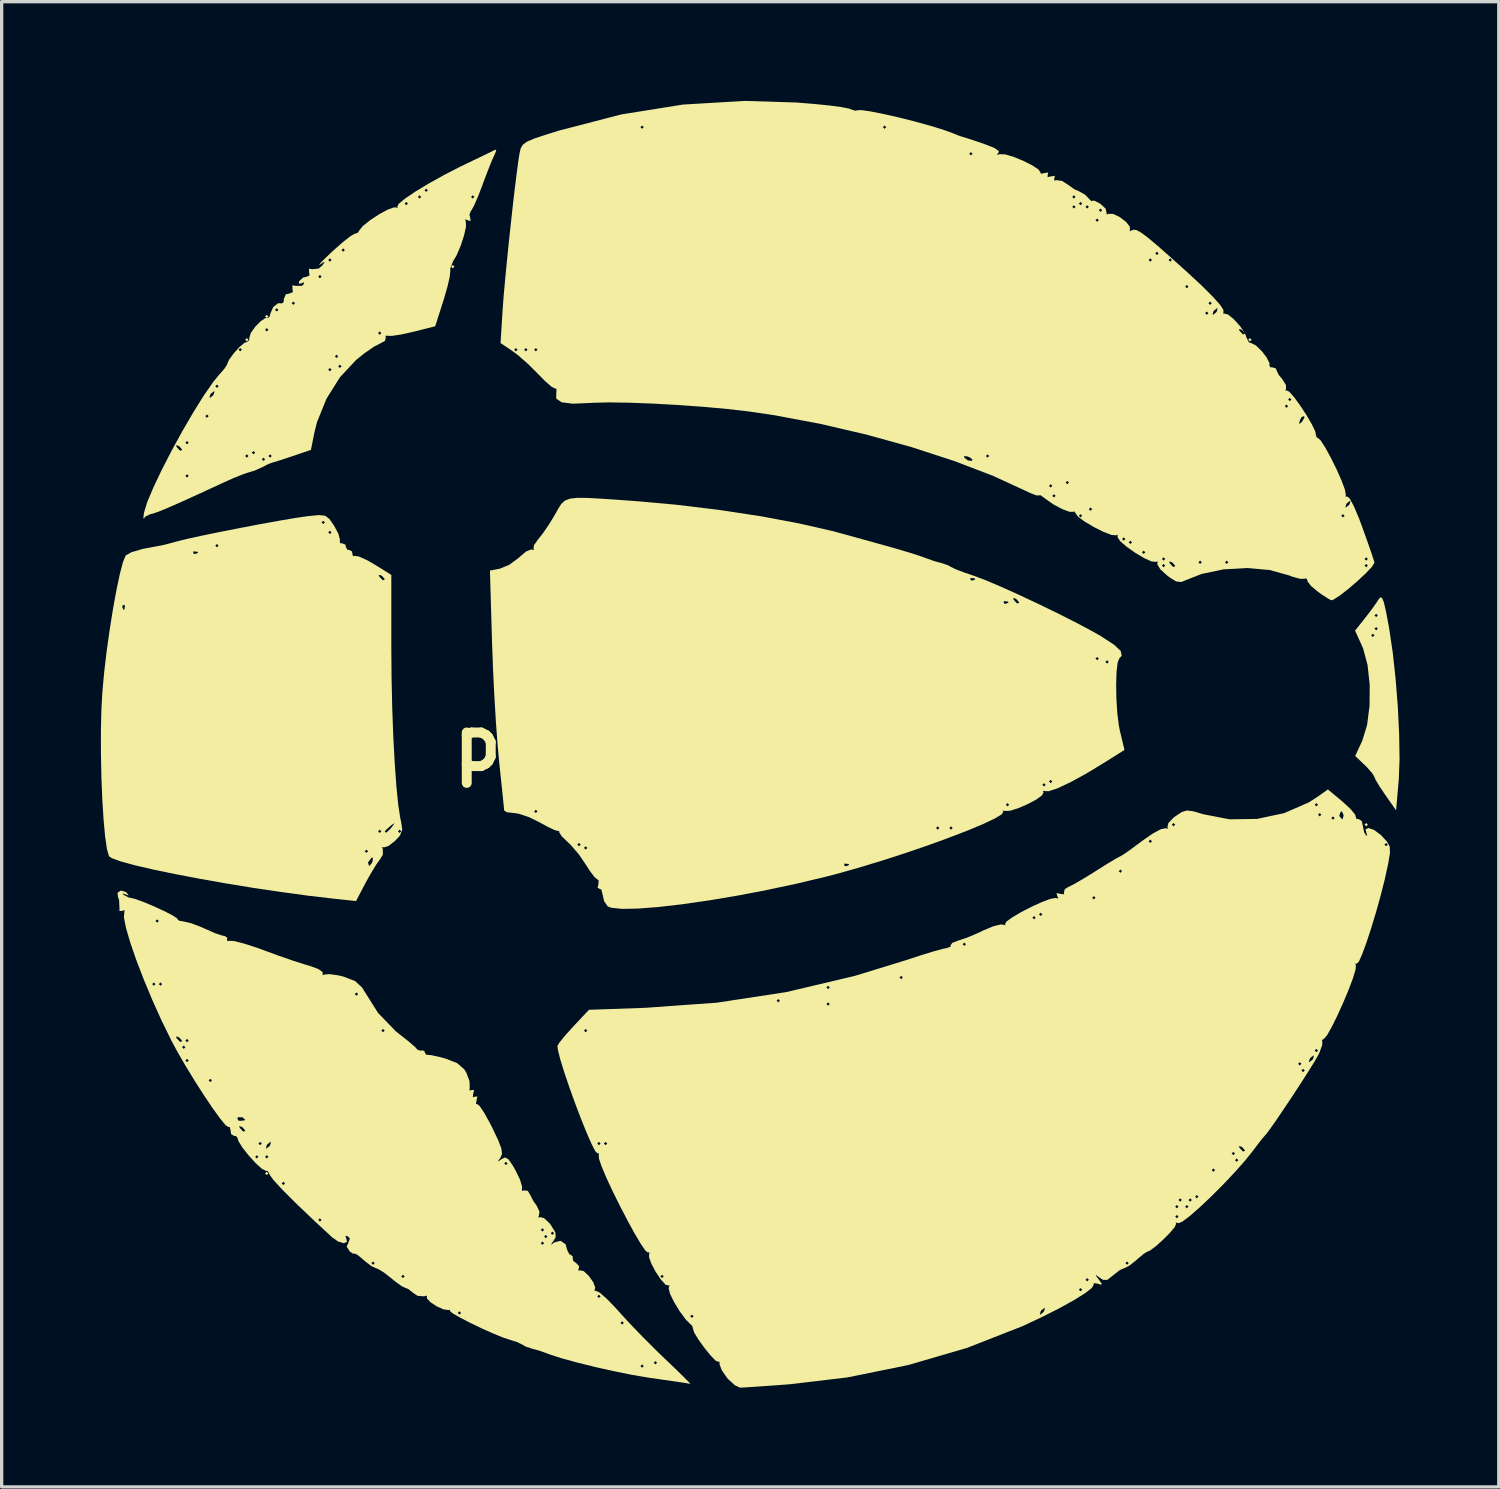
<source format=kicad_pcb>
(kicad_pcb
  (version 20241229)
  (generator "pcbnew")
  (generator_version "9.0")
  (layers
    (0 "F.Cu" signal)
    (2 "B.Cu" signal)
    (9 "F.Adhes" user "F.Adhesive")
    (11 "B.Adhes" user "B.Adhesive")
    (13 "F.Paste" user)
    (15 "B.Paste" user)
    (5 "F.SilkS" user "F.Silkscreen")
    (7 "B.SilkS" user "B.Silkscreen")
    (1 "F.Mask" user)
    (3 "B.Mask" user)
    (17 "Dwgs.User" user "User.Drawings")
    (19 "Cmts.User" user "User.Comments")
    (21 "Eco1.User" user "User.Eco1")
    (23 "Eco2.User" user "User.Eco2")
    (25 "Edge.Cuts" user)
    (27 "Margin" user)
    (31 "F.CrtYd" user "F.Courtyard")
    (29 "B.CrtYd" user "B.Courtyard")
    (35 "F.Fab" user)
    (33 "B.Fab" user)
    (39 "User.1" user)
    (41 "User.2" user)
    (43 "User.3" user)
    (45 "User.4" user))
  (footprint "pwx circle logo"
    (layer "F.Cu")
    (at 19.621 19.417)
    (property "Reference" "pwx circle logo" (at 0 0 0) (layer "F.SilkS") (effects (font (size 1.524 1.524) (thickness 0.3))))
    (attr board_only exclude_from_pos_files exclude_from_bom)
    (fp_poly (pts (xy -15.16 -12.198) (xy -15.21 -12.148) (xy -15.26 -12.198) (xy -15.21 -12.248)) (stroke (width 0) (type solid)) (fill yes) (layer "F.SilkS"))
    (fp_poly (pts (xy -14.557 -12.901) (xy -14.608 -12.851) (xy -14.658 -12.901) (xy -14.608 -12.951)) (stroke (width 0) (type solid)) (fill yes) (layer "F.SilkS"))
    (fp_poly (pts (xy -14.557 13.001) (xy -14.608 13.051) (xy -14.658 13.001) (xy -14.608 12.951)) (stroke (width 0) (type solid)) (fill yes) (layer "F.SilkS"))
    (fp_poly (pts (xy -8.935 -14.407) (xy -8.985 -14.357) (xy -9.036 -14.407) (xy -8.985 -14.457)) (stroke (width 0) (type solid)) (fill yes) (layer "F.SilkS"))
    (fp_poly (pts (xy 15.16 -12.198) (xy 15.109 -12.148) (xy 15.059 -12.198) (xy 15.109 -12.248)) (stroke (width 0) (type solid)) (fill yes) (layer "F.SilkS"))
    (fp_poly (pts (xy 18.674 2.46) (xy 18.623 2.51) (xy 18.573 2.46) (xy 18.623 2.409)) (stroke (width 0) (type solid)) (fill yes) (layer "F.SilkS"))
    (fp_poly (pts (xy 19.1 -4.399) (xy 19.157 -4.266) (xy 19.222 -3.985) (xy 19.307 -3.532) (xy 19.319 -3.463) (xy 19.426 -2.744) (xy 19.514 -1.935) (xy 19.58 -1.093) (xy 19.62 -0.274) (xy 19.632 0.468) (xy 19.61 1.074) (xy 19.605 1.138) (xy 19.527 2.026) (xy 19.201 1.562) (xy 19.022 1.295) (xy 18.903 1.094) (xy 18.874 1.02) (xy 18.808 0.907) (xy 18.643 0.721) (xy 18.583 0.662) (xy 18.292 0.383) (xy 18.508 -0.085) (xy 18.651 -0.553) (xy 18.725 -1.137) (xy 18.73 -1.765) (xy 18.665 -2.365) (xy 18.531 -2.864) (xy 18.502 -2.932) (xy 18.352 -3.263) (xy 18.774 -3.263) (xy 18.824 -3.213) (xy 18.874 -3.263) (xy 18.824 -3.313) (xy 18.774 -3.263) (xy 18.352 -3.263) (xy 18.287 -3.405) (xy 18.334 -3.464) (xy 18.874 -3.464) (xy 18.925 -3.413) (xy 18.975 -3.464) (xy 18.925 -3.514) (xy 18.874 -3.464) (xy 18.334 -3.464) (xy 18.59 -3.786) (xy 18.651 -3.865) (xy 18.874 -3.865) (xy 18.925 -3.815) (xy 18.975 -3.865) (xy 18.925 -3.915) (xy 18.874 -3.865) (xy 18.651 -3.865) (xy 18.788 -4.043) (xy 18.938 -4.255) (xy 18.976 -4.316) (xy 19.043 -4.408)) (stroke (width 0) (type solid)) (fill yes) (layer "F.SilkS"))
    (fp_poly (pts (xy -12.845 -6.879) (xy -12.716 -6.783) (xy -12.579 -6.586) (xy -12.571 -6.574) (xy -12.442 -6.331) (xy -12.395 -6.153) (xy -12.403 -6.118) (xy -12.386 -6.045) (xy -12.331 -6.046) (xy -12.226 -6.002) (xy -12.223 -5.948) (xy -12.173 -5.849) (xy -12.123 -5.848) (xy -12.026 -5.797) (xy -12.025 -5.74) (xy -11.999 -5.654) (xy -11.958 -5.666) (xy -11.828 -5.648) (xy -11.59 -5.542) (xy -11.353 -5.407) (xy -10.843 -5.09) (xy -10.843 -2.866) (xy -10.835 -1.956) (xy -10.815 -1.054) (xy -10.783 -0.191) (xy -10.74 0.602) (xy -10.69 1.297) (xy -10.633 1.863) (xy -10.571 2.269) (xy -10.547 2.376) (xy -10.512 2.613) (xy -10.586 2.795) (xy -10.735 2.954) (xy -10.93 3.104) (xy -11.072 3.148) (xy -11.092 3.139) (xy -11.127 3.136) (xy -11.1 3.194) (xy -11.099 3.368) (xy -11.177 3.495) (xy -11.305 3.674) (xy -11.479 3.962) (xy -11.62 4.217) (xy -11.91 4.769) (xy -12.606 4.694) (xy -13.374 4.604) (xy -14.186 4.494) (xy -15.017 4.37) (xy -15.843 4.235) (xy -16.639 4.094) (xy -17.379 3.953) (xy -18.039 3.816) (xy -18.593 3.687) (xy -18.838 3.62) (xy -11.545 3.62) (xy -11.513 3.711) (xy -11.439 3.632) (xy -11.407 3.559) (xy -11.4 3.455) (xy -11.446 3.464) (xy -11.542 3.593) (xy -11.545 3.62) (xy -18.838 3.62) (xy -19.019 3.571) (xy -19.289 3.473) (xy -19.377 3.413) (xy -19.42 3.263) (xy -11.646 3.263) (xy -11.596 3.313) (xy -11.545 3.263) (xy -11.596 3.213) (xy -11.646 3.263) (xy -19.42 3.263) (xy -19.439 3.197) (xy -19.494 2.816) (xy -19.508 2.66) (xy -11.244 2.66) (xy -11.194 2.711) (xy -11.156 2.673) (xy -11.043 2.673) (xy -10.995 2.703) (xy -10.951 2.66) (xy -10.642 2.66) (xy -10.592 2.711) (xy -10.542 2.66) (xy -10.592 2.61) (xy -10.642 2.66) (xy -10.951 2.66) (xy -10.861 2.574) (xy -10.83 2.535) (xy -10.743 2.416) (xy -10.795 2.441) (xy -10.868 2.497) (xy -11.007 2.621) (xy -11.043 2.673) (xy -11.156 2.673) (xy -11.144 2.66) (xy -11.194 2.61) (xy -11.244 2.66) (xy -19.508 2.66) (xy -19.541 2.304) (xy -19.579 1.695) (xy -19.606 1.025) (xy -19.62 0.329) (xy -19.621 -0.358) (xy -19.607 -1.002) (xy -19.577 -1.546) (xy -19.523 -2.142) (xy -19.447 -2.785) (xy -19.355 -3.439) (xy -19.254 -4.07) (xy -19.246 -4.116) (xy -18.975 -4.116) (xy -18.938 -4.034) (xy -18.908 -4.049) (xy -18.896 -4.168) (xy -18.908 -4.183) (xy -18.967 -4.169) (xy -18.975 -4.116) (xy -19.246 -4.116) (xy -19.149 -4.644) (xy -19.054 -5.091) (xy -11.228 -5.091) (xy -11.204 -5.035) (xy -11.103 -4.927) (xy -11.044 -4.95) (xy -11.043 -4.964) (xy -11.115 -5.049) (xy -11.159 -5.08) (xy -11.228 -5.091) (xy -19.054 -5.091) (xy -19.047 -5.126) (xy -18.953 -5.48) (xy -18.874 -5.672) (xy -18.868 -5.68) (xy -18.694 -5.778) (xy -18.654 -5.789) (xy -16.833 -5.789) (xy -16.819 -5.73) (xy -16.766 -5.723) (xy -16.683 -5.759) (xy -16.699 -5.789) (xy -16.818 -5.801) (xy -16.833 -5.789) (xy -18.654 -5.789) (xy -18.352 -5.876) (xy -17.87 -5.967) (xy -17.826 -5.974) (xy -16.164 -5.974) (xy -16.113 -5.923) (xy -16.063 -5.974) (xy -16.113 -6.024) (xy -16.164 -5.974) (xy -17.826 -5.974) (xy -17.82 -5.974) (xy -17.666 -6.01) (xy -17.406 -6.079) (xy -17.318 -6.103) (xy -17.017 -6.178) (xy -16.566 -6.277) (xy -16.088 -6.375) (xy -12.75 -6.375) (xy -12.7 -6.325) (xy -12.65 -6.375) (xy -12.7 -6.425) (xy -12.75 -6.375) (xy -16.088 -6.375) (xy -16.013 -6.39) (xy -15.405 -6.51) (xy -14.79 -6.627) (xy -14.516 -6.676) (xy -12.951 -6.676) (xy -12.901 -6.626) (xy -12.851 -6.676) (xy -12.901 -6.726) (xy -12.951 -6.676) (xy -14.516 -6.676) (xy -14.216 -6.731) (xy -13.73 -6.813) (xy -13.381 -6.864) (xy -13.353 -6.867) (xy -13.034 -6.898)) (stroke (width 0) (type solid)) (fill yes) (layer "F.SilkS"))
    (fp_poly (pts (xy -4.917 -7.417) (xy -4.469 -7.392) (xy -3.863 -7.35) (xy -3.514 -7.325) (xy -2.25 -7.213) (xy -0.97 -7.059) (xy 0.279 -6.87) (xy 1.444 -6.654) (xy 2.477 -6.419) (xy 2.811 -6.33) (xy 3.066 -6.259) (xy 3.448 -6.153) (xy 3.891 -6.03) (xy 4.084 -5.977) (xy 4.522 -5.852) (xy 4.917 -5.733) (xy 5.207 -5.637) (xy 5.288 -5.607) (xy 5.561 -5.509) (xy 5.765 -5.454) (xy 5.984 -5.382) (xy 6.066 -5.334) (xy 6.217 -5.26) (xy 6.491 -5.156) (xy 6.726 -5.077) (xy 7.07 -4.95) (xy 7.546 -4.749) (xy 8.112 -4.495) (xy 8.724 -4.208) (xy 9.337 -3.91) (xy 9.908 -3.62) (xy 10.394 -3.36) (xy 10.615 -3.233) (xy 11 -2.982) (xy 11.204 -2.789) (xy 11.234 -2.645) (xy 11.165 -2.573) (xy 11.111 -2.442) (xy 11.078 -2.161) (xy 11.066 -1.781) (xy 11.073 -1.351) (xy 11.1 -0.922) (xy 11.146 -0.544) (xy 11.179 -0.377) (xy 11.318 0.2) (xy 10.704 0.587) (xy 10.156 0.919) (xy 9.676 1.181) (xy 9.29 1.362) (xy 9.024 1.449) (xy 8.916 1.444) (xy 8.851 1.436) (xy 8.871 1.483) (xy 8.825 1.575) (xy 8.645 1.704) (xy 8.386 1.841) (xy 8.106 1.962) (xy 7.859 2.039) (xy 7.702 2.045) (xy 7.695 2.041) (xy 7.634 2.028) (xy 7.656 2.06) (xy 7.614 2.141) (xy 7.403 2.271) (xy 7.048 2.439) (xy 6.575 2.637) (xy 6.006 2.856) (xy 5.368 3.088) (xy 4.684 3.322) (xy 3.978 3.55) (xy 3.276 3.763) (xy 2.602 3.952) (xy 2.309 4.028) (xy 1.419 4.24) (xy 0.514 4.433) (xy -0.382 4.604) (xy -1.244 4.749) (xy -2.048 4.865) (xy -2.77 4.948) (xy -3.385 4.996) (xy -3.867 5.005) (xy -4.194 4.971) (xy -4.302 4.931) (xy -4.411 4.772) (xy -4.452 4.591) (xy -4.494 4.422) (xy -4.56 4.393) (xy -4.608 4.369) (xy -4.588 4.283) (xy -4.574 4.144) (xy -4.612 4.116) (xy -4.708 4.037) (xy -4.859 3.834) (xy -4.958 3.675) (xy -4.977 3.648) (xy 2.845 3.648) (xy 2.858 3.707) (xy 2.911 3.715) (xy 2.994 3.678) (xy 2.978 3.648) (xy 2.859 3.636) (xy 2.845 3.648) (xy -4.977 3.648) (xy -5.177 3.354) (xy -5.343 3.162) (xy -5.02 3.162) (xy -4.97 3.213) (xy -4.919 3.162) (xy -4.97 3.112) (xy -5.02 3.162) (xy -5.343 3.162) (xy -5.425 3.067) (xy -5.43 3.062) (xy -5.221 3.062) (xy -5.17 3.112) (xy -5.12 3.062) (xy -5.17 3.012) (xy -5.221 3.062) (xy -5.43 3.062) (xy -5.514 2.983) (xy -5.693 2.81) (xy -5.77 2.689) (xy -5.767 2.672) (xy -5.773 2.647) (xy -5.782 2.653) (xy -5.893 2.629) (xy -6.04 2.56) (xy 5.622 2.56) (xy 5.672 2.61) (xy 5.723 2.56) (xy 6.024 2.56) (xy 6.074 2.61) (xy 6.124 2.56) (xy 6.074 2.51) (xy 6.024 2.56) (xy 5.723 2.56) (xy 5.672 2.51) (xy 5.622 2.56) (xy -6.04 2.56) (xy -6.119 2.523) (xy -6.338 2.402) (xy -6.669 2.237) (xy -6.982 2.131) (xy -7.132 2.108) (xy -7.343 2.086) (xy -7.39 2.058) (xy -6.526 2.058) (xy -6.475 2.108) (xy -6.425 2.058) (xy -6.475 2.008) (xy -6.526 2.058) (xy -7.39 2.058) (xy -7.432 2.033) (xy -7.443 1.911) (xy -7.449 1.857) (xy 7.73 1.857) (xy 7.781 1.908) (xy 7.831 1.857) (xy 7.781 1.807) (xy 7.73 1.857) (xy -7.449 1.857) (xy -7.472 1.627) (xy -7.511 1.255) (xy 8.835 1.255) (xy 8.885 1.305) (xy 8.935 1.255) (xy 8.885 1.205) (xy 8.835 1.255) (xy -7.511 1.255) (xy -7.514 1.22) (xy -7.521 1.155) (xy 9.036 1.155) (xy 9.086 1.205) (xy 9.136 1.155) (xy 9.086 1.104) (xy 9.036 1.155) (xy -7.521 1.155) (xy -7.566 0.729) (xy -7.584 0.552) (xy -7.635 -0.001) (xy -7.685 -0.694) (xy -7.731 -1.47) (xy -7.77 -2.266) (xy -7.777 -2.46) (xy 10.742 -2.46) (xy 10.792 -2.409) (xy 10.843 -2.46) (xy 10.792 -2.51) (xy 10.742 -2.46) (xy -7.777 -2.46) (xy -7.78 -2.56) (xy 10.441 -2.56) (xy 10.491 -2.51) (xy 10.542 -2.56) (xy 10.491 -2.61) (xy 10.441 -2.56) (xy -7.78 -2.56) (xy -7.798 -3.025) (xy -7.798 -3.036) (xy -7.835 -4.284) (xy 7.664 -4.284) (xy 7.677 -4.224) (xy 7.73 -4.217) (xy 7.813 -4.253) (xy 7.797 -4.284) (xy 7.678 -4.296) (xy 7.664 -4.284) (xy -7.835 -4.284) (xy -7.838 -4.389) (xy 7.947 -4.389) (xy 7.972 -4.333) (xy 8.073 -4.225) (xy 8.131 -4.247) (xy 8.132 -4.261) (xy 8.061 -4.346) (xy 8.016 -4.377) (xy 7.947 -4.389) (xy -7.838 -4.389) (xy -7.855 -4.986) (xy 6.66 -4.986) (xy 6.673 -4.927) (xy 6.726 -4.919) (xy 6.809 -4.956) (xy 6.793 -4.986) (xy 6.674 -4.998) (xy 6.66 -4.986) (xy -7.855 -4.986) (xy -7.862 -5.219) (xy -7.554 -5.281) (xy -7.277 -5.396) (xy -7.003 -5.598) (xy -6.97 -5.629) (xy -6.771 -5.797) (xy -6.614 -5.86) (xy -6.586 -5.853) (xy -6.525 -5.84) (xy -6.545 -5.868) (xy -6.533 -5.986) (xy -6.409 -6.16) (xy -6.246 -6.367) (xy -6.042 -6.672) (xy -5.904 -6.902) (xy -5.797 -7.092) (xy -5.707 -7.234) (xy -5.602 -7.332) (xy -5.455 -7.392) (xy -5.236 -7.419)) (stroke (width 0) (type solid)) (fill yes) (layer "F.SilkS"))
    (fp_poly (pts (xy -7.671 -17.912) (xy -7.717 -17.806) (xy -7.799 -17.625) (xy -7.923 -17.315) (xy -8.066 -16.939) (xy -8.092 -16.866) (xy -8.229 -16.51) (xy -8.35 -16.236) (xy -8.432 -16.092) (xy -8.444 -16.082) (xy -8.481 -15.977) (xy -8.461 -15.89) (xy -8.447 -15.782) (xy -8.532 -15.811) (xy -8.618 -15.839) (xy -8.592 -15.775) (xy -8.585 -15.621) (xy -8.644 -15.354) (xy -8.746 -15.04) (xy -8.87 -14.749) (xy -8.978 -14.567) (xy -9.06 -14.357) (xy -9.061 -14.266) (xy -9.078 -14.098) (xy -9.147 -13.799) (xy -9.254 -13.428) (xy -9.277 -13.355) (xy -9.517 -12.605) (xy -10.199 -12.433) (xy -10.552 -12.355) (xy -10.83 -12.314) (xy -10.976 -12.319) (xy -10.978 -12.32) (xy -11.027 -12.314) (xy -11.007 -12.271) (xy -11.035 -12.163) (xy -11.168 -12.092) (xy -11.361 -11.992) (xy -11.639 -11.801) (xy -11.904 -11.591) (xy -12.395 -11.065) (xy -12.804 -10.413) (xy -13.09 -9.706) (xy -13.164 -9.412) (xy -13.273 -8.869) (xy -13.84 -8.676) (xy -14.15 -8.573) (xy -14.376 -8.502) (xy -14.457 -8.48) (xy -14.574 -8.434) (xy -14.725 -8.355) (xy -14.974 -8.243) (xy -15.127 -8.198) (xy -15.31 -8.138) (xy -15.607 -8.019) (xy -15.913 -7.882) (xy -16.633 -7.55) (xy -17.191 -7.296) (xy -17.602 -7.115) (xy -17.886 -6.999) (xy -18.06 -6.939) (xy -18.127 -6.927) (xy -18.283 -6.849) (xy -18.314 -6.802) (xy -18.339 -6.796) (xy -18.322 -6.949) (xy -18.317 -6.977) (xy -18.22 -7.293) (xy -18.033 -7.737) (xy -17.869 -8.082) (xy -17.067 -8.082) (xy -17.017 -8.032) (xy -16.967 -8.082) (xy -17.017 -8.132) (xy -17.067 -8.082) (xy -17.869 -8.082) (xy -17.779 -8.271) (xy -17.617 -8.584) (xy -14.758 -8.584) (xy -14.708 -8.534) (xy -14.658 -8.584) (xy -14.708 -8.634) (xy -14.758 -8.584) (xy -17.617 -8.584) (xy -17.566 -8.684) (xy -15.26 -8.684) (xy -15.21 -8.634) (xy -15.16 -8.684) (xy -14.557 -8.684) (xy -14.507 -8.634) (xy -14.457 -8.684) (xy -14.507 -8.734) (xy -14.557 -8.684) (xy -15.16 -8.684) (xy -15.21 -8.734) (xy -15.26 -8.684) (xy -17.566 -8.684) (xy -17.514 -8.785) (xy -15.059 -8.785) (xy -15.009 -8.734) (xy -14.959 -8.785) (xy -15.009 -8.835) (xy -15.059 -8.785) (xy -17.514 -8.785) (xy -17.477 -8.857) (xy -17.394 -9.007) (xy -17.352 -9.007) (xy -17.328 -8.951) (xy -17.227 -8.843) (xy -17.169 -8.865) (xy -17.168 -8.879) (xy -17.239 -8.964) (xy -17.283 -8.995) (xy -17.352 -9.007) (xy -17.394 -9.007) (xy -17.351 -9.086) (xy -17.067 -9.086) (xy -17.017 -9.036) (xy -16.967 -9.086) (xy -17.017 -9.136) (xy -17.067 -9.086) (xy -17.351 -9.086) (xy -17.149 -9.454) (xy -16.895 -9.889) (xy -16.465 -9.889) (xy -16.415 -9.839) (xy -16.364 -9.889) (xy -16.415 -9.939) (xy -16.465 -9.889) (xy -16.895 -9.889) (xy -16.816 -10.024) (xy -16.551 -10.448) (xy -16.34 -10.448) (xy -16.326 -10.441) (xy -16.234 -10.512) (xy -16.214 -10.542) (xy -16.188 -10.635) (xy -16.202 -10.642) (xy -16.294 -10.571) (xy -16.314 -10.542) (xy -16.34 -10.448) (xy -16.551 -10.448) (xy -16.499 -10.529) (xy -16.316 -10.792) (xy -16.164 -10.792) (xy -16.113 -10.742) (xy -16.063 -10.792) (xy -16.113 -10.843) (xy -16.164 -10.792) (xy -16.316 -10.792) (xy -16.22 -10.93) (xy -16.046 -11.142) (xy -15.913 -11.294) (xy -12.75 -11.294) (xy -12.7 -11.244) (xy -12.65 -11.294) (xy -12.7 -11.345) (xy -12.75 -11.294) (xy -15.913 -11.294) (xy -15.888 -11.323) (xy -15.841 -11.395) (xy -12.449 -11.395) (xy -12.399 -11.345) (xy -12.349 -11.395) (xy -12.399 -11.445) (xy -12.449 -11.395) (xy -15.841 -11.395) (xy -15.813 -11.437) (xy -15.812 -11.443) (xy -15.751 -11.587) (xy -15.672 -11.696) (xy -12.549 -11.696) (xy -12.499 -11.646) (xy -12.449 -11.696) (xy -12.499 -11.746) (xy -12.549 -11.696) (xy -15.672 -11.696) (xy -15.606 -11.788) (xy -15.507 -11.897) (xy -15.461 -11.897) (xy -15.411 -11.847) (xy -15.36 -11.897) (xy -15.411 -11.947) (xy -15.461 -11.897) (xy -15.507 -11.897) (xy -15.43 -11.982) (xy -15.28 -12.106) (xy -15.229 -12.121) (xy -15.139 -12.178) (xy -15.135 -12.256) (xy -15.091 -12.399) (xy -11.244 -12.399) (xy -11.194 -12.349) (xy -11.144 -12.399) (xy -11.194 -12.449) (xy -11.244 -12.399) (xy -15.091 -12.399) (xy -15.09 -12.403) (xy -15.022 -12.499) (xy -14.658 -12.499) (xy -14.608 -12.449) (xy -14.557 -12.499) (xy -14.608 -12.549) (xy -14.658 -12.499) (xy -15.022 -12.499) (xy -14.957 -12.591) (xy -14.789 -12.761) (xy -14.642 -12.856) (xy -14.584 -12.851) (xy -14.525 -12.89) (xy -14.498 -12.991) (xy -14.45 -13.102) (xy -14.357 -13.102) (xy -14.306 -13.051) (xy -14.256 -13.102) (xy -14.306 -13.152) (xy -14.357 -13.102) (xy -14.45 -13.102) (xy -14.412 -13.186) (xy -14.264 -13.302) (xy -14.147 -13.297) (xy -14.14 -13.302) (xy -13.855 -13.302) (xy -13.804 -13.252) (xy -13.754 -13.302) (xy -13.804 -13.353) (xy -13.855 -13.302) (xy -14.14 -13.302) (xy -14.096 -13.34) (xy -14.092 -13.429) (xy -14.031 -13.572) (xy -13.938 -13.591) (xy -13.818 -13.635) (xy -13.83 -13.734) (xy -13.834 -13.843) (xy -13.725 -13.826) (xy -13.551 -13.826) (xy -13.491 -13.874) (xy -13.483 -13.938) (xy -13.551 -13.906) (xy -13.641 -13.889) (xy -13.631 -13.966) (xy -13.503 -14.083) (xy -13.425 -14.093) (xy -13.396 -14.106) (xy -13.051 -14.106) (xy -13.001 -14.055) (xy -12.951 -14.106) (xy -13.001 -14.156) (xy -13.051 -14.106) (xy -13.396 -14.106) (xy -13.315 -14.141) (xy -13.328 -14.236) (xy -13.332 -14.345) (xy -13.227 -14.33) (xy -13.037 -14.35) (xy -12.933 -14.438) (xy -12.853 -14.551) (xy -12.907 -14.533) (xy -13.001 -14.47) (xy -13.027 -14.468) (xy -12.925 -14.579) (xy -12.896 -14.608) (xy -12.75 -14.608) (xy -12.7 -14.557) (xy -12.65 -14.608) (xy -12.7 -14.658) (xy -12.75 -14.608) (xy -12.896 -14.608) (xy -12.717 -14.781) (xy -12.601 -14.889) (xy -12.579 -14.909) (xy -12.349 -14.909) (xy -12.298 -14.858) (xy -12.248 -14.909) (xy -12.298 -14.959) (xy -12.349 -14.909) (xy -12.579 -14.909) (xy -12.317 -15.14) (xy -12.087 -15.322) (xy -11.951 -15.403) (xy -11.934 -15.403) (xy -11.846 -15.44) (xy -11.816 -15.496) (xy -11.701 -15.637) (xy -11.479 -15.815) (xy -11.209 -15.992) (xy -10.948 -16.133) (xy -10.756 -16.2) (xy -10.704 -16.195) (xy -10.644 -16.183) (xy -10.665 -16.213) (xy -10.624 -16.302) (xy -10.609 -16.314) (xy -10.441 -16.314) (xy -10.391 -16.264) (xy -10.341 -16.314) (xy -10.391 -16.364) (xy -10.441 -16.314) (xy -10.609 -16.314) (xy -10.432 -16.462) (xy -10.353 -16.515) (xy -10.04 -16.515) (xy -9.989 -16.465) (xy -9.939 -16.515) (xy -8.433 -16.515) (xy -8.383 -16.465) (xy -8.333 -16.515) (xy -8.383 -16.565) (xy -8.433 -16.515) (xy -9.939 -16.515) (xy -9.989 -16.565) (xy -10.04 -16.515) (xy -10.353 -16.515) (xy -10.119 -16.674) (xy -10.049 -16.716) (xy -9.839 -16.716) (xy -9.789 -16.666) (xy -9.738 -16.716) (xy -9.789 -16.766) (xy -9.839 -16.716) (xy -10.049 -16.716) (xy -9.714 -16.918) (xy -9.248 -17.178) (xy -8.75 -17.434) (xy -8.584 -17.514) (xy -8.215 -17.691) (xy -7.915 -17.836) (xy -7.73 -17.927) (xy -7.698 -17.944)) (stroke (width 0) (type solid)) (fill yes) (layer "F.SilkS"))
    (fp_poly (pts (xy -18.866 4.497) (xy -18.84 4.521) (xy -18.779 4.605) (xy -18.874 4.567) (xy -18.965 4.537) (xy -18.943 4.576) (xy -18.775 4.664) (xy -18.742 4.667) (xy -18.584 4.705) (xy -18.325 4.8) (xy -18.017 4.929) (xy -17.712 5.069) (xy -17.464 5.196) (xy -17.324 5.286) (xy -17.311 5.31) (xy -17.258 5.362) (xy -17.127 5.384) (xy -16.905 5.435) (xy -16.601 5.549) (xy -16.466 5.61) (xy -16.179 5.736) (xy -15.953 5.812) (xy -15.888 5.823) (xy -15.799 5.876) (xy -15.812 5.922) (xy -15.797 5.982) (xy -15.735 5.969) (xy -15.586 5.979) (xy -15.3 6.052) (xy -14.925 6.173) (xy -14.701 6.254) (xy -14.243 6.422) (xy -13.795 6.577) (xy -13.43 6.693) (xy -13.329 6.722) (xy -13.056 6.819) (xy -12.921 6.914) (xy -12.918 6.955) (xy -12.916 7.011) (xy -12.873 6.991) (xy -12.719 6.976) (xy -12.45 7.013) (xy -12.296 7.05) (xy -11.938 7.187) (xy -11.724 7.384) (xy -11.685 7.45) (xy -11.242 8.152) (xy -10.707 8.705) (xy -10.571 8.813) (xy -10.309 9.02) (xy -10.121 9.184) (xy -10.056 9.258) (xy -9.959 9.294) (xy -9.931 9.281) (xy -9.844 9.298) (xy -9.839 9.331) (xy -9.786 9.416) (xy -9.763 9.415) (xy -9.631 9.427) (xy -9.376 9.484) (xy -9.206 9.529) (xy -8.853 9.667) (xy -8.637 9.856) (xy -8.572 9.963) (xy -8.481 10.209) (xy -8.473 10.4) (xy -8.475 10.405) (xy -8.478 10.501) (xy -8.415 10.48) (xy -8.341 10.477) (xy -8.365 10.58) (xy -8.381 10.698) (xy -8.315 10.681) (xy -8.241 10.677) (xy -8.264 10.781) (xy -8.285 10.901) (xy -8.25 10.904) (xy -8.173 10.964) (xy -8.036 11.168) (xy -7.864 11.477) (xy -7.796 11.611) (xy -7.613 11.996) (xy -7.517 12.248) (xy -7.497 12.409) (xy -7.541 12.521) (xy -7.551 12.534) (xy -7.63 12.645) (xy -7.57 12.613) (xy -7.515 12.571) (xy -7.407 12.518) (xy -7.305 12.572) (xy -7.172 12.763) (xy -7.089 12.908) (xy -6.954 13.188) (xy -6.889 13.404) (xy -6.893 13.48) (xy -6.894 13.536) (xy -6.842 13.512) (xy -6.718 13.528) (xy -6.66 13.622) (xy -6.54 13.852) (xy -6.45 13.974) (xy -6.365 14.157) (xy -6.381 14.265) (xy -6.399 14.341) (xy -6.348 14.321) (xy -6.227 14.35) (xy -6.062 14.507) (xy -6.022 14.56) (xy -5.887 14.779) (xy -5.873 14.925) (xy -5.939 15.038) (xy -6.023 15.154) (xy -5.972 15.129) (xy -5.916 15.087) (xy -5.728 15.037) (xy -5.575 15.143) (xy -5.522 15.33) (xy -5.457 15.45) (xy -5.415 15.461) (xy -5.352 15.521) (xy -5.365 15.551) (xy -5.337 15.656) (xy -5.264 15.701) (xy -5.164 15.807) (xy -5.18 15.877) (xy -5.192 15.947) (xy -5.143 15.927) (xy -5.026 15.955) (xy -4.875 16.097) (xy -4.742 16.284) (xy -4.68 16.45) (xy -4.696 16.51) (xy -4.696 16.556) (xy -4.657 16.548) (xy -4.544 16.604) (xy -4.34 16.781) (xy -4.082 17.046) (xy -3.973 17.168) (xy -3.645 17.527) (xy -3.233 17.954) (xy -2.803 18.383) (xy -2.58 18.598) (xy -2.258 18.905) (xy -2.005 19.152) (xy -1.846 19.313) (xy -1.807 19.363) (xy -1.934 19.339) (xy -2.108 19.312) (xy -2.33 19.28) (xy -2.679 19.23) (xy -3.081 19.172) (xy -3.112 19.167) (xy -3.57 19.089) (xy -4.114 18.979) (xy -4.689 18.85) (xy -4.792 18.824) (xy -3.313 18.824) (xy -3.263 18.874) (xy -3.213 18.824) (xy -3.263 18.774) (xy -3.313 18.824) (xy -4.792 18.824) (xy -5.198 18.724) (xy -2.911 18.724) (xy -2.861 18.774) (xy -2.811 18.724) (xy -2.861 18.674) (xy -2.911 18.724) (xy -5.198 18.724) (xy -5.239 18.714) (xy -5.711 18.584) (xy -6.05 18.474) (xy -6.093 18.457) (xy -6.366 18.359) (xy -6.568 18.305) (xy -6.787 18.232) (xy -6.869 18.183) (xy -7.046 18.096) (xy -7.234 18.038) (xy -7.456 17.965) (xy -7.764 17.84) (xy -8.114 17.683) (xy -8.455 17.519) (xy -3.915 17.519) (xy -3.865 17.569) (xy -3.815 17.519) (xy -3.865 17.469) (xy -3.915 17.519) (xy -8.455 17.519) (xy -8.463 17.515) (xy -8.769 17.357) (xy -8.988 17.23) (xy -9.003 17.218) (xy -8.835 17.218) (xy -8.785 17.268) (xy -8.734 17.218) (xy -8.785 17.168) (xy -8.835 17.218) (xy -9.003 17.218) (xy -9.077 17.155) (xy -9.073 17.146) (xy -9.064 17.122) (xy -9.113 17.131) (xy -9.269 17.109) (xy -9.474 17.016) (xy -9.662 16.892) (xy -9.769 16.777) (xy -9.766 16.727) (xy -9.77 16.716) (xy -4.618 16.716) (xy -4.568 16.766) (xy -4.518 16.716) (xy -4.568 16.666) (xy -4.618 16.716) (xy -9.77 16.716) (xy -9.777 16.694) (xy -9.854 16.716) (xy -10.046 16.702) (xy -10.17 16.621) (xy -10.331 16.495) (xy -10.413 16.465) (xy -10.535 16.405) (xy -10.743 16.253) (xy -10.846 16.168) (xy -10.917 16.113) (xy -10.542 16.113) (xy -10.491 16.164) (xy -10.441 16.113) (xy -10.491 16.063) (xy -10.542 16.113) (xy -10.917 16.113) (xy -11.079 15.987) (xy -11.26 15.88) (xy -11.305 15.867) (xy -11.447 15.801) (xy -11.563 15.712) (xy -11.445 15.712) (xy -11.395 15.762) (xy -11.345 15.712) (xy -11.395 15.662) (xy -11.445 15.712) (xy -11.563 15.712) (xy -11.65 15.644) (xy -11.681 15.616) (xy -11.853 15.471) (xy -11.943 15.422) (xy -11.947 15.428) (xy -12.01 15.422) (xy -12.099 15.359) (xy -12.193 15.213) (xy -12.146 15.109) (xy -6.325 15.109) (xy -6.275 15.16) (xy -6.225 15.109) (xy -6.275 15.059) (xy -6.325 15.109) (xy -12.146 15.109) (xy -12.144 15.105) (xy -12.096 14.966) (xy -12.152 14.909) (xy -6.225 14.909) (xy -6.174 14.959) (xy -6.124 14.909) (xy -6.174 14.858) (xy -6.225 14.909) (xy -12.152 14.909) (xy -12.158 14.902) (xy -12.233 14.885) (xy -12.212 14.936) (xy -12.182 15.069) (xy -12.279 15.11) (xy -12.452 15.058) (xy -12.631 14.933) (xy -12.765 14.808) (xy -6.024 14.808) (xy -5.974 14.858) (xy -5.923 14.808) (xy -5.974 14.758) (xy -6.024 14.808) (xy -12.765 14.808) (xy -12.873 14.708) (xy -6.325 14.708) (xy -6.275 14.758) (xy -6.225 14.708) (xy -6.275 14.658) (xy -6.325 14.708) (xy -12.873 14.708) (xy -13.198 14.407) (xy -13.051 14.407) (xy -13.001 14.457) (xy -12.951 14.407) (xy -13.001 14.357) (xy -13.051 14.407) (xy -13.198 14.407) (xy -13.236 14.371) (xy -13.739 13.89) (xy -14.127 13.502) (xy -14.312 13.302) (xy -14.156 13.302) (xy -14.106 13.353) (xy -14.055 13.302) (xy -14.106 13.252) (xy -14.156 13.302) (xy -14.312 13.302) (xy -14.39 13.218) (xy -14.518 13.048) (xy -14.528 13.013) (xy -14.582 12.925) (xy -14.629 12.925) (xy -14.75 12.865) (xy -14.932 12.7) (xy -7.429 12.7) (xy -7.379 12.75) (xy -7.329 12.7) (xy -7.379 12.65) (xy -7.429 12.7) (xy -14.932 12.7) (xy -14.941 12.692) (xy -15.117 12.499) (xy -14.959 12.499) (xy -14.909 12.549) (xy -14.858 12.499) (xy -14.658 12.499) (xy -14.608 12.549) (xy -14.557 12.499) (xy -14.608 12.449) (xy -14.658 12.499) (xy -14.858 12.499) (xy -14.909 12.449) (xy -14.959 12.499) (xy -15.117 12.499) (xy -15.154 12.459) (xy -15.326 12.242) (xy -14.633 12.242) (xy -14.619 12.248) (xy -14.528 12.178) (xy -14.507 12.148) (xy -14.482 12.054) (xy -14.495 12.047) (xy -14.587 12.118) (xy -14.608 12.148) (xy -14.633 12.242) (xy -15.326 12.242) (xy -15.344 12.219) (xy -15.419 12.098) (xy -14.858 12.098) (xy -14.808 12.148) (xy -14.758 12.098) (xy -14.808 12.047) (xy -14.858 12.098) (xy -15.419 12.098) (xy -15.466 12.022) (xy -15.486 11.938) (xy -15.537 11.87) (xy -15.586 11.872) (xy -15.685 11.814) (xy -15.698 11.722) (xy -15.724 11.6) (xy -15.767 11.599) (xy -15.804 11.574) (xy -15.445 11.574) (xy -15.42 11.63) (xy -15.319 11.738) (xy -15.261 11.716) (xy -15.26 11.702) (xy -15.331 11.617) (xy -15.376 11.586) (xy -15.445 11.574) (xy -15.804 11.574) (xy -15.853 11.541) (xy -16.018 11.341) (xy -16.029 11.326) (xy -15.5 11.326) (xy -15.47 11.401) (xy -15.406 11.412) (xy -15.275 11.396) (xy -15.26 11.384) (xy -15.335 11.306) (xy -15.463 11.299) (xy -15.5 11.326) (xy -16.029 11.326) (xy -16.243 11.03) (xy -16.506 10.64) (xy -16.786 10.202) (xy -16.793 10.19) (xy -16.364 10.19) (xy -16.314 10.24) (xy -16.264 10.19) (xy -16.314 10.14) (xy -16.364 10.19) (xy -16.793 10.19) (xy -17.064 9.747) (xy -17.156 9.588) (xy -17.067 9.588) (xy -17.017 9.638) (xy -16.967 9.588) (xy -17.017 9.538) (xy -17.067 9.588) (xy -17.156 9.588) (xy -17.318 9.307) (xy -17.383 9.186) (xy -17.168 9.186) (xy -17.117 9.236) (xy -17.067 9.186) (xy -17.117 9.136) (xy -17.168 9.186) (xy -17.383 9.186) (xy -17.491 8.985) (xy -17.55 8.864) (xy -17.352 8.864) (xy -17.328 8.92) (xy -17.227 9.027) (xy -17.169 9.005) (xy -17.168 8.991) (xy -17.173 8.985) (xy -17.067 8.985) (xy -17.017 9.036) (xy -16.967 8.985) (xy -17.017 8.935) (xy -17.067 8.985) (xy -17.173 8.985) (xy -17.239 8.906) (xy -17.283 8.875) (xy -17.352 8.864) (xy -17.55 8.864) (xy -17.638 8.684) (xy -11.144 8.684) (xy -11.094 8.734) (xy -11.043 8.684) (xy -11.094 8.634) (xy -11.144 8.684) (xy -17.638 8.684) (xy -17.785 8.385) (xy -18.068 7.757) (xy -18.142 7.58) (xy -11.947 7.58) (xy -11.897 7.63) (xy -11.847 7.58) (xy -11.897 7.53) (xy -11.947 7.58) (xy -18.142 7.58) (xy -18.267 7.279) (xy -18.071 7.279) (xy -18.021 7.329) (xy -17.971 7.279) (xy -17.87 7.279) (xy -17.82 7.329) (xy -17.77 7.279) (xy -17.82 7.228) (xy -17.87 7.279) (xy -17.971 7.279) (xy -18.021 7.228) (xy -18.071 7.279) (xy -18.267 7.279) (xy -18.329 7.131) (xy -18.556 6.539) (xy -18.738 6.009) (xy -18.865 5.572) (xy -18.904 5.371) (xy -17.971 5.371) (xy -17.921 5.421) (xy -17.87 5.371) (xy -17.921 5.321) (xy -17.971 5.371) (xy -18.904 5.371) (xy -18.926 5.258) (xy -18.913 5.101) (xy -18.904 5.037) (xy -18.967 5.065) (xy -19.059 5.069) (xy -19.061 4.955) (xy -19.071 4.735) (xy -19.104 4.65) (xy -19.118 4.515) (xy -19.013 4.451)) (stroke (width 0) (type solid)) (fill yes) (layer "F.SilkS"))
    (fp_poly (pts (xy 17.915 1.768) (xy 18.146 1.982) (xy 18.288 2.153) (xy 18.31 2.228) (xy 18.334 2.29) (xy 18.385 2.286) (xy 18.489 2.347) (xy 18.518 2.476) (xy 18.561 2.689) (xy 18.614 2.778) (xy 18.661 2.793) (xy 18.638 2.743) (xy 18.603 2.6) (xy 18.692 2.56) (xy 18.86 2.618) (xy 19.062 2.767) (xy 19.091 2.796) (xy 19.257 2.977) (xy 19.336 3.127) (xy 19.342 3.318) (xy 19.291 3.622) (xy 19.278 3.685) (xy 19.182 4.125) (xy 19.057 4.617) (xy 18.915 5.124) (xy 18.767 5.612) (xy 18.624 6.044) (xy 18.498 6.386) (xy 18.4 6.602) (xy 18.343 6.658) (xy 18.289 6.661) (xy 18.313 6.711) (xy 18.302 6.843) (xy 18.222 7.106) (xy 18.09 7.456) (xy 17.926 7.847) (xy 17.75 8.235) (xy 17.582 8.575) (xy 17.442 8.823) (xy 17.347 8.933) (xy 17.339 8.935) (xy 17.282 8.977) (xy 17.297 8.998) (xy 17.295 9.118) (xy 17.214 9.341) (xy 17.174 9.424) (xy 17.06 9.622) (xy 16.87 9.928) (xy 16.63 10.302) (xy 16.366 10.706) (xy 16.102 11.101) (xy 15.866 11.447) (xy 15.682 11.707) (xy 15.577 11.841) (xy 15.57 11.847) (xy 15.48 11.951) (xy 15.317 12.161) (xy 15.215 12.298) (xy 14.968 12.607) (xy 14.654 12.962) (xy 14.302 13.335) (xy 13.938 13.699) (xy 13.593 14.025) (xy 13.294 14.287) (xy 13.07 14.456) (xy 12.95 14.506) (xy 12.946 14.504) (xy 12.865 14.482) (xy 12.879 14.522) (xy 12.837 14.622) (xy 12.687 14.801) (xy 12.478 15.011) (xy 12.26 15.206) (xy 12.08 15.338) (xy 12.004 15.368) (xy 11.903 15.428) (xy 11.722 15.579) (xy 11.684 15.614) (xy 11.479 15.779) (xy 11.326 15.861) (xy 11.311 15.862) (xy 11.171 15.926) (xy 10.978 16.077) (xy 10.978 16.078) (xy 10.8 16.218) (xy 10.669 16.219) (xy 10.57 16.153) (xy 10.45 16.065) (xy 10.467 16.11) (xy 10.542 16.208) (xy 10.637 16.345) (xy 10.596 16.363) (xy 10.511 16.334) (xy 10.389 16.316) (xy 10.388 16.359) (xy 10.337 16.458) (xy 10.128 16.621) (xy 9.786 16.834) (xy 9.336 17.083) (xy 8.803 17.352) (xy 8.232 17.619) (xy 6.561 18.273) (xy 4.781 18.793) (xy 2.94 19.167) (xy 1.193 19.374) (xy 0.684 19.412) (xy 0.239 19.443) (xy -0.098 19.466) (xy -0.286 19.476) (xy -0.302 19.476) (xy -0.459 19.404) (xy -0.657 19.224) (xy -0.704 19.169) (xy -0.856 18.945) (xy -0.922 18.771) (xy -0.92 18.743) (xy -0.932 18.677) (xy -0.961 18.697) (xy -1.044 18.657) (xy -1.197 18.499) (xy -1.38 18.273) (xy -1.555 18.03) (xy -1.683 17.821) (xy -1.726 17.698) (xy -1.723 17.69) (xy -1.755 17.599) (xy -1.779 17.58) (xy -1.94 17.421) (xy -2.016 17.318) (xy -1.807 17.318) (xy -1.757 17.368) (xy -1.707 17.318) (xy -1.757 17.268) (xy -1.807 17.318) (xy -2.016 17.318) (xy -2.057 17.261) (xy 8.759 17.261) (xy 8.773 17.268) (xy 8.864 17.197) (xy 8.885 17.168) (xy 8.911 17.074) (xy 8.897 17.067) (xy 8.805 17.138) (xy 8.785 17.168) (xy 8.759 17.261) (xy -2.057 17.261) (xy -2.124 17.172) (xy -2.295 16.892) (xy -2.419 16.639) (xy -2.45 16.515) (xy 9.939 16.515) (xy 9.989 16.565) (xy 10.04 16.515) (xy 9.989 16.465) (xy 9.939 16.515) (xy -2.45 16.515) (xy -2.461 16.47) (xy -2.455 16.448) (xy -2.429 16.371) (xy -2.462 16.392) (xy -2.556 16.363) (xy -2.69 16.214) (xy 10.14 16.214) (xy 10.19 16.264) (xy 10.24 16.214) (xy 10.19 16.164) (xy 10.14 16.214) (xy -2.69 16.214) (xy -2.697 16.206) (xy -2.759 16.113) (xy -2.711 16.113) (xy -2.66 16.164) (xy -2.61 16.113) (xy -2.66 16.063) (xy -2.711 16.113) (xy -2.759 16.113) (xy -2.85 15.979) (xy -2.98 15.735) (xy -2.989 15.712) (xy 11.345 15.712) (xy 11.395 15.762) (xy 11.445 15.712) (xy 11.395 15.662) (xy 11.345 15.712) (xy -2.989 15.712) (xy -3.053 15.533) (xy -3.05 15.441) (xy -3.043 15.376) (xy -3.085 15.394) (xy -3.164 15.333) (xy -3.306 15.125) (xy -3.495 14.806) (xy -3.711 14.411) (xy -3.765 14.306) (xy 12.851 14.306) (xy 12.901 14.357) (xy 12.951 14.306) (xy 12.901 14.256) (xy 12.851 14.306) (xy -3.765 14.306) (xy -3.922 14.005) (xy 12.851 14.005) (xy 12.901 14.055) (xy 12.951 14.005) (xy 13.152 14.005) (xy 13.202 14.055) (xy 13.252 14.005) (xy 13.202 13.955) (xy 13.152 14.005) (xy 12.951 14.005) (xy 12.901 13.955) (xy 12.851 14.005) (xy -3.922 14.005) (xy -3.936 13.977) (xy -4.022 13.804) (xy 12.951 13.804) (xy 13.001 13.855) (xy 13.051 13.804) (xy 13.252 13.804) (xy 13.302 13.855) (xy 13.353 13.804) (xy 13.302 13.754) (xy 13.252 13.804) (xy 13.051 13.804) (xy 13.001 13.754) (xy 12.951 13.804) (xy -4.022 13.804) (xy -4.071 13.704) (xy 13.453 13.704) (xy 13.503 13.754) (xy 13.553 13.704) (xy 13.503 13.654) (xy 13.453 13.704) (xy -4.071 13.704) (xy -4.153 13.539) (xy -4.342 13.133) (xy -4.44 12.901) (xy 13.955 12.901) (xy 14.005 12.951) (xy 14.055 12.901) (xy 14.005 12.851) (xy 13.955 12.901) (xy -4.44 12.901) (xy -4.485 12.795) (xy -4.552 12.6) (xy 14.658 12.6) (xy 14.708 12.65) (xy 14.758 12.6) (xy 14.708 12.549) (xy 14.658 12.6) (xy -4.552 12.6) (xy -4.565 12.56) (xy -4.573 12.476) (xy -4.573 12.399) (xy 14.557 12.399) (xy 14.608 12.449) (xy 14.658 12.399) (xy 14.608 12.349) (xy 14.557 12.399) (xy -4.573 12.399) (xy -4.573 12.385) (xy -4.612 12.395) (xy -4.678 12.328) (xy -4.756 12.177) (xy 14.774 12.177) (xy 14.799 12.233) (xy 14.9 12.34) (xy 14.958 12.318) (xy 14.959 12.304) (xy 14.888 12.219) (xy 14.843 12.188) (xy 14.774 12.177) (xy -4.756 12.177) (xy -4.792 12.107) (xy -4.796 12.098) (xy -4.618 12.098) (xy -4.568 12.148) (xy -4.518 12.098) (xy -4.417 12.098) (xy -4.367 12.148) (xy -4.317 12.098) (xy -4.367 12.047) (xy -4.417 12.098) (xy -4.518 12.098) (xy -4.568 12.047) (xy -4.618 12.098) (xy -4.796 12.098) (xy -4.941 11.768) (xy -5.111 11.346) (xy -5.289 10.878) (xy -5.461 10.4) (xy -5.614 9.949) (xy -5.633 9.889) (xy 16.666 9.889) (xy 16.716 9.939) (xy 16.766 9.889) (xy 16.716 9.839) (xy 16.666 9.889) (xy -5.633 9.889) (xy -5.694 9.688) (xy 16.565 9.688) (xy 16.615 9.738) (xy 16.666 9.688) (xy 16.615 9.638) (xy 16.565 9.688) (xy -5.694 9.688) (xy -5.712 9.631) (xy 16.891 9.631) (xy 16.905 9.638) (xy 16.996 9.567) (xy 17.017 9.538) (xy 17.043 9.444) (xy 17.029 9.437) (xy 16.937 9.508) (xy 16.917 9.538) (xy 16.891 9.631) (xy -5.712 9.631) (xy -5.734 9.561) (xy -5.803 9.287) (xy 17.067 9.287) (xy 17.117 9.337) (xy 17.168 9.287) (xy 17.117 9.236) (xy 17.067 9.287) (xy -5.803 9.287) (xy -5.807 9.272) (xy -5.823 9.148) (xy -5.759 9.041) (xy -5.591 8.834) (xy -5.456 8.684) (xy -5.02 8.684) (xy -4.97 8.734) (xy -4.919 8.684) (xy -4.97 8.634) (xy -5.02 8.684) (xy -5.456 8.684) (xy -5.354 8.571) (xy -5.346 8.562) (xy -4.869 8.055) (xy -3.162 7.995) (xy -1.578 7.881) (xy 2.309 7.881) (xy 2.359 7.931) (xy 2.409 7.881) (xy 2.359 7.831) (xy 2.309 7.881) (xy -1.578 7.881) (xy -1.002 7.84) (xy -0.615 7.781) (xy 0.803 7.781) (xy 0.853 7.831) (xy 0.904 7.781) (xy 0.853 7.73) (xy 0.803 7.781) (xy -0.615 7.781) (xy 1.094 7.52) (xy 1.691 7.379) (xy 2.309 7.379) (xy 2.359 7.429) (xy 2.409 7.379) (xy 2.359 7.329) (xy 2.309 7.379) (xy 1.691 7.379) (xy 2.964 7.078) (xy 4.518 7.078) (xy 4.568 7.128) (xy 4.618 7.078) (xy 4.568 7.028) (xy 4.518 7.078) (xy 2.964 7.078) (xy 3.173 7.028) (xy 4.688 6.563) (xy 5.137 6.416) (xy 5.528 6.295) (xy 5.814 6.216) (xy 5.941 6.19) (xy 6.061 6.147) (xy 6.062 6.106) (xy 6.084 6.074) (xy 6.425 6.074) (xy 6.475 6.124) (xy 6.526 6.074) (xy 6.475 6.024) (xy 6.425 6.074) (xy 6.084 6.074) (xy 6.112 6.032) (xy 6.296 5.962) (xy 6.551 5.877) (xy 6.883 5.737) (xy 7.057 5.654) (xy 7.348 5.532) (xy 7.576 5.476) (xy 7.659 5.484) (xy 7.726 5.503) (xy 7.705 5.47) (xy 7.748 5.39) (xy 7.912 5.271) (xy 8.534 5.271) (xy 8.584 5.321) (xy 8.634 5.271) (xy 8.584 5.221) (xy 8.534 5.271) (xy 7.912 5.271) (xy 7.929 5.258) (xy 8.08 5.17) (xy 8.734 5.17) (xy 8.785 5.221) (xy 8.835 5.17) (xy 8.785 5.12) (xy 8.734 5.17) (xy 8.08 5.17) (xy 8.201 5.099) (xy 8.516 4.937) (xy 8.826 4.796) (xy 9.083 4.701) (xy 9.24 4.675) (xy 9.256 4.68) (xy 9.319 4.689) (xy 9.31 4.668) (xy 10.341 4.668) (xy 10.391 4.719) (xy 10.441 4.668) (xy 10.391 4.618) (xy 10.341 4.668) (xy 9.31 4.668) (xy 9.286 4.617) (xy 9.263 4.527) (xy 9.376 4.55) (xy 9.493 4.565) (xy 9.486 4.516) (xy 9.513 4.407) (xy 9.606 4.35) (xy 9.775 4.266) (xy 10.056 4.104) (xy 10.396 3.896) (xy 10.444 3.865) (xy 11.144 3.865) (xy 11.194 3.915) (xy 11.244 3.865) (xy 11.194 3.815) (xy 11.144 3.865) (xy 10.444 3.865) (xy 10.469 3.849) (xy 10.791 3.646) (xy 11.044 3.494) (xy 11.183 3.418) (xy 11.196 3.413) (xy 11.292 3.357) (xy 11.505 3.208) (xy 11.702 3.062) (xy 19.175 3.062) (xy 19.226 3.112) (xy 19.276 3.062) (xy 19.226 3.012) (xy 19.175 3.062) (xy 11.702 3.062) (xy 11.791 2.996) (xy 11.836 2.962) (xy 12.047 2.962) (xy 12.098 3.012) (xy 12.148 2.962) (xy 12.098 2.911) (xy 12.047 2.962) (xy 11.836 2.962) (xy 11.845 2.955) (xy 12.161 2.735) (xy 12.413 2.598) (xy 12.558 2.566) (xy 12.564 2.569) (xy 12.634 2.582) (xy 12.614 2.533) (xy 12.632 2.46) (xy 12.75 2.46) (xy 12.8 2.51) (xy 12.851 2.46) (xy 12.8 2.409) (xy 12.75 2.46) (xy 12.632 2.46) (xy 12.644 2.412) (xy 12.801 2.247) (xy 12.861 2.202) (xy 13.051 2.076) (xy 13.207 2.03) (xy 13.404 2.056) (xy 13.699 2.144) (xy 14.496 2.298) (xy 15.328 2.285) (xy 15.449 2.259) (xy 17.569 2.259) (xy 17.619 2.309) (xy 17.67 2.259) (xy 17.619 2.209) (xy 17.569 2.259) (xy 15.449 2.259) (xy 15.922 2.158) (xy 17.168 2.158) (xy 17.218 2.209) (xy 17.241 2.186) (xy 17.811 2.186) (xy 17.824 2.216) (xy 17.907 2.303) (xy 17.937 2.2) (xy 17.937 2.163) (xy 17.893 2.062) (xy 17.852 2.069) (xy 17.811 2.186) (xy 17.241 2.186) (xy 17.268 2.158) (xy 17.218 2.108) (xy 17.168 2.158) (xy 15.922 2.158) (xy 16.141 2.112) (xy 16.727 1.857) (xy 17.067 1.857) (xy 17.117 1.908) (xy 17.168 1.857) (xy 17.117 1.807) (xy 17.067 1.857) (xy 16.727 1.857) (xy 16.885 1.788) (xy 17.152 1.617) (xy 17.466 1.394)) (stroke (width 0) (type solid)) (fill yes) (layer "F.SilkS"))
    (fp_poly (pts (xy 1.395 -19.369) (xy 1.925 -19.326) (xy 2.393 -19.279) (xy 2.758 -19.231) (xy 2.978 -19.188) (xy 3.013 -19.175) (xy 3.178 -19.12) (xy 3.236 -19.132) (xy 3.36 -19.14) (xy 3.634 -19.101) (xy 4.018 -19.025) (xy 4.469 -18.923) (xy 4.946 -18.804) (xy 5.406 -18.678) (xy 5.809 -18.556) (xy 6.113 -18.447) (xy 6.124 -18.442) (xy 6.327 -18.361) (xy 6.425 -18.329) (xy 6.54 -18.295) (xy 6.786 -18.215) (xy 7.051 -18.126) (xy 7.382 -17.997) (xy 7.521 -17.898) (xy 7.503 -17.841) (xy 7.456 -17.786) (xy 7.557 -17.808) (xy 7.721 -17.799) (xy 7.975 -17.722) (xy 8.263 -17.604) (xy 8.529 -17.469) (xy 8.719 -17.344) (xy 8.776 -17.254) (xy 8.774 -17.251) (xy 8.806 -17.213) (xy 8.896 -17.236) (xy 9.014 -17.253) (xy 8.997 -17.186) (xy 8.993 -17.112) (xy 9.097 -17.136) (xy 9.215 -17.152) (xy 9.197 -17.085) (xy 9.193 -17.008) (xy 9.26 -17.021) (xy 9.428 -16.999) (xy 9.595 -16.894) (xy 9.801 -16.747) (xy 9.943 -16.685) (xy 10.124 -16.584) (xy 10.215 -16.49) (xy 10.314 -16.388) (xy 10.341 -16.398) (xy 10.412 -16.401) (xy 10.584 -16.31) (xy 10.591 -16.306) (xy 10.748 -16.16) (xy 10.776 -16.037) (xy 10.776 -16.037) (xy 10.775 -15.98) (xy 10.828 -16.004) (xy 10.975 -16.002) (xy 11.176 -15.905) (xy 11.366 -15.76) (xy 11.48 -15.614) (xy 11.481 -15.538) (xy 11.477 -15.478) (xy 11.53 -15.501) (xy 11.601 -15.526) (xy 11.695 -15.507) (xy 11.833 -15.428) (xy 12.037 -15.275) (xy 12.326 -15.032) (xy 12.723 -14.682) (xy 13.21 -14.244) (xy 13.646 -13.84) (xy 13.986 -13.501) (xy 14.213 -13.247) (xy 14.309 -13.096) (xy 14.309 -13.073) (xy 14.306 -12.983) (xy 14.338 -12.99) (xy 14.453 -12.957) (xy 14.628 -12.812) (xy 14.812 -12.608) (xy 14.956 -12.402) (xy 15.009 -12.255) (xy 15.079 -12.118) (xy 15.144 -12.098) (xy 15.288 -12.027) (xy 15.464 -11.858) (xy 15.619 -11.656) (xy 15.703 -11.482) (xy 15.698 -11.423) (xy 15.724 -11.364) (xy 15.775 -11.367) (xy 15.895 -11.329) (xy 15.908 -11.287) (xy 15.977 -11.139) (xy 16.089 -11.003) (xy 16.2 -10.827) (xy 16.199 -10.709) (xy 16.183 -10.646) (xy 16.216 -10.668) (xy 16.3 -10.626) (xy 16.45 -10.454) (xy 16.635 -10.201) (xy 16.823 -9.912) (xy 16.984 -9.637) (xy 17.087 -9.42) (xy 17.104 -9.314) (xy 17.129 -9.24) (xy 17.158 -9.236) (xy 17.25 -9.151) (xy 17.392 -8.93) (xy 17.561 -8.621) (xy 17.731 -8.276) (xy 17.878 -7.943) (xy 17.979 -7.673) (xy 18.008 -7.515) (xy 18.004 -7.502) (xy 18.004 -7.445) (xy 18.044 -7.463) (xy 18.123 -7.403) (xy 18.247 -7.175) (xy 18.405 -6.803) (xy 18.511 -6.517) (xy 18.66 -6.1) (xy 18.779 -5.758) (xy 18.854 -5.531) (xy 18.874 -5.461) (xy 18.801 -5.34) (xy 18.613 -5.14) (xy 18.356 -4.9) (xy 18.076 -4.66) (xy 17.818 -4.46) (xy 17.628 -4.34) (xy 17.569 -4.323) (xy 17.464 -4.378) (xy 17.259 -4.513) (xy 17.168 -4.578) (xy 16.958 -4.753) (xy 16.849 -4.897) (xy 16.844 -4.932) (xy 16.81 -4.989) (xy 16.773 -4.974) (xy 16.626 -4.971) (xy 16.379 -5.04) (xy 16.294 -5.074) (xy 15.705 -5.238) (xy 15.019 -5.298) (xy 14.307 -5.257) (xy 13.643 -5.117) (xy 13.225 -4.952) (xy 13.035 -4.875) (xy 12.88 -4.892) (xy 12.678 -5.018) (xy 12.599 -5.078) (xy 12.401 -5.26) (xy 12.333 -5.371) (xy 12.449 -5.371) (xy 12.499 -5.321) (xy 12.549 -5.371) (xy 12.499 -5.421) (xy 12.449 -5.371) (xy 12.333 -5.371) (xy 12.311 -5.409) (xy 12.315 -5.448) (xy 12.315 -5.493) (xy 12.666 -5.493) (xy 12.69 -5.437) (xy 12.791 -5.329) (xy 12.85 -5.351) (xy 12.851 -5.365) (xy 12.846 -5.371) (xy 18.573 -5.371) (xy 18.623 -5.321) (xy 18.674 -5.371) (xy 18.623 -5.421) (xy 18.573 -5.371) (xy 12.846 -5.371) (xy 12.779 -5.45) (xy 12.748 -5.472) (xy 13.553 -5.472) (xy 13.604 -5.421) (xy 13.654 -5.472) (xy 14.357 -5.472) (xy 14.407 -5.421) (xy 14.457 -5.472) (xy 14.407 -5.522) (xy 14.357 -5.472) (xy 13.654 -5.472) (xy 13.604 -5.522) (xy 13.553 -5.472) (xy 12.748 -5.472) (xy 12.735 -5.481) (xy 12.666 -5.493) (xy 12.315 -5.493) (xy 12.315 -5.505) (xy 12.268 -5.483) (xy 12.134 -5.497) (xy 11.969 -5.572) (xy 12.449 -5.572) (xy 12.499 -5.522) (xy 12.549 -5.572) (xy 18.573 -5.572) (xy 18.623 -5.522) (xy 18.674 -5.572) (xy 18.623 -5.622) (xy 18.573 -5.572) (xy 12.549 -5.572) (xy 12.499 -5.622) (xy 12.449 -5.572) (xy 11.969 -5.572) (xy 11.907 -5.6) (xy 11.64 -5.76) (xy 11.622 -5.773) (xy 11.847 -5.773) (xy 11.897 -5.723) (xy 11.947 -5.773) (xy 11.897 -5.823) (xy 11.847 -5.773) (xy 11.622 -5.773) (xy 11.383 -5.941) (xy 11.23 -6.074) (xy 11.445 -6.074) (xy 11.495 -6.024) (xy 11.545 -6.074) (xy 11.495 -6.124) (xy 11.445 -6.074) (xy 11.23 -6.074) (xy 11.188 -6.11) (xy 11.145 -6.174) (xy 11.244 -6.174) (xy 11.294 -6.124) (xy 11.345 -6.174) (xy 11.294 -6.225) (xy 11.244 -6.174) (xy 11.145 -6.174) (xy 11.107 -6.232) (xy 11.111 -6.253) (xy 11.11 -6.308) (xy 11.063 -6.287) (xy 10.924 -6.298) (xy 10.68 -6.392) (xy 10.391 -6.537) (xy 10.115 -6.701) (xy 9.911 -6.853) (xy 9.894 -6.877) (xy 9.939 -6.877) (xy 9.989 -6.827) (xy 10.04 -6.877) (xy 17.87 -6.877) (xy 17.921 -6.827) (xy 17.971 -6.877) (xy 17.921 -6.927) (xy 17.87 -6.877) (xy 10.04 -6.877) (xy 9.989 -6.927) (xy 9.939 -6.877) (xy 9.894 -6.877) (xy 9.839 -6.954) (xy 9.798 -7.013) (xy 9.776 -6.998) (xy 9.652 -6.998) (xy 9.442 -7.078) (xy 10.24 -7.078) (xy 10.291 -7.028) (xy 10.341 -7.078) (xy 10.291 -7.128) (xy 10.24 -7.078) (xy 9.442 -7.078) (xy 9.427 -7.084) (xy 9.332 -7.135) (xy 17.995 -7.135) (xy 18.009 -7.128) (xy 18.101 -7.199) (xy 18.121 -7.228) (xy 18.147 -7.322) (xy 18.133 -7.329) (xy 18.042 -7.258) (xy 18.021 -7.228) (xy 17.995 -7.135) (xy 9.332 -7.135) (xy 9.165 -7.224) (xy 8.93 -7.39) (xy 8.91 -7.407) (xy 8.806 -7.479) (xy 9.136 -7.479) (xy 9.186 -7.429) (xy 9.236 -7.479) (xy 9.186 -7.53) (xy 9.136 -7.479) (xy 8.806 -7.479) (xy 8.776 -7.5) (xy 8.734 -7.493) (xy 8.656 -7.492) (xy 8.457 -7.57) (xy 8.344 -7.624) (xy 8.003 -7.781) (xy 9.036 -7.781) (xy 9.086 -7.73) (xy 9.136 -7.781) (xy 9.086 -7.831) (xy 9.036 -7.781) (xy 8.003 -7.781) (xy 7.785 -7.881) (xy 9.538 -7.881) (xy 9.588 -7.831) (xy 9.638 -7.881) (xy 9.588 -7.931) (xy 9.538 -7.881) (xy 7.785 -7.881) (xy 7.334 -8.088) (xy 6.165 -8.535) (xy 5.721 -8.679) (xy 6.467 -8.679) (xy 6.476 -8.633) (xy 6.584 -8.55) (xy 6.699 -8.536) (xy 6.726 -8.573) (xy 6.648 -8.638) (xy 6.571 -8.672) (xy 6.467 -8.679) (xy 5.721 -8.679) (xy 5.706 -8.684) (xy 7.128 -8.684) (xy 7.178 -8.634) (xy 7.228 -8.684) (xy 7.178 -8.734) (xy 7.128 -8.684) (xy 5.706 -8.684) (xy 4.88 -8.953) (xy 3.522 -9.33) (xy 2.148 -9.65) (xy 16.591 -9.65) (xy 16.665 -9.699) (xy 16.678 -9.712) (xy 16.757 -9.843) (xy 16.747 -9.892) (xy 16.672 -9.861) (xy 16.622 -9.768) (xy 16.591 -9.65) (xy 2.148 -9.65) (xy 2.132 -9.654) (xy 0.753 -9.913) (xy -0.05 -10.032) (xy -0.689 -10.105) (xy -1.414 -10.171) (xy -1.686 -10.19) (xy 16.164 -10.19) (xy 16.214 -10.14) (xy 16.264 -10.19) (xy 16.214 -10.24) (xy 16.164 -10.19) (xy -1.686 -10.19) (xy -2.179 -10.226) (xy -2.939 -10.268) (xy -3.649 -10.295) (xy -4.264 -10.304) (xy -4.738 -10.293) (xy -4.846 -10.286) (xy -5.363 -10.265) (xy -5.697 -10.308) (xy -5.817 -10.391) (xy 16.264 -10.391) (xy 16.314 -10.341) (xy 16.364 -10.391) (xy 16.314 -10.441) (xy 16.264 -10.391) (xy -5.817 -10.391) (xy -5.859 -10.419) (xy -5.856 -10.6) (xy -5.855 -10.603) (xy -5.849 -10.715) (xy -5.886 -10.721) (xy -5.994 -10.774) (xy -6.189 -10.941) (xy -6.403 -11.158) (xy -6.699 -11.455) (xy -7.008 -11.726) (xy -7.187 -11.86) (xy -7.241 -11.897) (xy -7.128 -11.897) (xy -7.078 -11.847) (xy -7.028 -11.897) (xy -6.827 -11.897) (xy -6.777 -11.847) (xy -6.726 -11.897) (xy -6.526 -11.897) (xy -6.475 -11.847) (xy -6.425 -11.897) (xy -6.475 -11.947) (xy -6.526 -11.897) (xy -6.726 -11.897) (xy -6.777 -11.947) (xy -6.827 -11.897) (xy -7.028 -11.897) (xy -7.078 -11.947) (xy -7.128 -11.897) (xy -7.241 -11.897) (xy -7.542 -12.098) (xy -7.515 -12.521) (xy 14.774 -12.521) (xy 14.799 -12.465) (xy 14.9 -12.357) (xy 14.958 -12.379) (xy 14.959 -12.393) (xy 14.888 -12.478) (xy 14.843 -12.509) (xy 14.774 -12.521) (xy -7.515 -12.521) (xy -7.485 -13.001) (xy 13.754 -13.001) (xy 13.804 -12.951) (xy 13.811 -12.958) (xy 13.98 -12.958) (xy 13.993 -12.951) (xy 14.085 -13.022) (xy 14.106 -13.051) (xy 14.131 -13.145) (xy 14.117 -13.152) (xy 14.026 -13.081) (xy 14.005 -13.051) (xy 13.98 -12.958) (xy 13.811 -12.958) (xy 13.855 -13.001) (xy 13.804 -13.051) (xy 13.754 -13.001) (xy -7.485 -13.001) (xy -7.479 -13.102) (xy -7.464 -13.302) (xy 13.855 -13.302) (xy 13.905 -13.252) (xy 13.955 -13.302) (xy 13.905 -13.353) (xy 13.855 -13.302) (xy -7.464 -13.302) (xy -7.447 -13.528) (xy -7.422 -13.804) (xy 13.152 -13.804) (xy 13.202 -13.754) (xy 13.252 -13.804) (xy 13.202 -13.855) (xy 13.152 -13.804) (xy -7.422 -13.804) (xy -7.397 -14.08) (xy -7.346 -14.608) (xy 12.047 -14.608) (xy 12.098 -14.557) (xy 12.148 -14.608) (xy 12.65 -14.608) (xy 12.7 -14.557) (xy 12.75 -14.608) (xy 12.7 -14.658) (xy 12.65 -14.608) (xy 12.148 -14.608) (xy 12.098 -14.658) (xy 12.047 -14.608) (xy -7.346 -14.608) (xy -7.335 -14.714) (xy -7.326 -14.808) (xy 12.248 -14.808) (xy 12.298 -14.758) (xy 12.349 -14.808) (xy 12.298 -14.858) (xy 12.248 -14.808) (xy -7.326 -14.808) (xy -7.265 -15.389) (xy -7.219 -15.812) (xy 10.441 -15.812) (xy 10.491 -15.762) (xy 10.542 -15.812) (xy 10.491 -15.862) (xy 10.441 -15.812) (xy -7.219 -15.812) (xy -7.192 -16.062) (xy -7.186 -16.113) (xy 10.542 -16.113) (xy 10.592 -16.063) (xy 10.642 -16.113) (xy 10.592 -16.164) (xy 10.542 -16.113) (xy -7.186 -16.113) (xy -7.175 -16.214) (xy 9.738 -16.214) (xy 9.789 -16.164) (xy 9.839 -16.214) (xy 10.14 -16.214) (xy 10.19 -16.164) (xy 10.24 -16.214) (xy 10.19 -16.264) (xy 10.14 -16.214) (xy 9.839 -16.214) (xy 9.789 -16.264) (xy 9.738 -16.214) (xy -7.175 -16.214) (xy -7.163 -16.314) (xy 9.939 -16.314) (xy 9.989 -16.264) (xy 10.04 -16.314) (xy 9.989 -16.364) (xy 9.939 -16.314) (xy -7.163 -16.314) (xy -7.14 -16.515) (xy 9.738 -16.515) (xy 9.789 -16.465) (xy 9.839 -16.515) (xy 9.789 -16.565) (xy 9.738 -16.515) (xy -7.14 -16.515) (xy -7.12 -16.692) (xy -7.053 -17.235) (xy -6.997 -17.651) (xy -6.969 -17.82) (xy 6.626 -17.82) (xy 6.676 -17.77) (xy 6.726 -17.82) (xy 6.676 -17.87) (xy 6.626 -17.82) (xy -6.969 -17.82) (xy -6.965 -17.845) (xy -6.931 -17.987) (xy -6.868 -18.094) (xy -6.741 -18.186) (xy -6.516 -18.281) (xy -6.159 -18.4) (xy -5.787 -18.516) (xy -5.374 -18.623) (xy -3.313 -18.623) (xy -3.263 -18.573) (xy -3.213 -18.623) (xy 4.016 -18.623) (xy 4.066 -18.573) (xy 4.116 -18.623) (xy 4.066 -18.674) (xy 4.016 -18.623) (xy -3.213 -18.623) (xy -3.263 -18.674) (xy -3.313 -18.623) (xy -5.374 -18.623) (xy -3.898 -19.007) (xy -2.031 -19.306) (xy -0.162 -19.417)) (stroke (width 0) (type solid)) (fill yes) (layer "F.SilkS")))
  (gr_rect
    (start -3 -3)
    (end 42.252 41.893)
    (stroke (width 0.1) (type default))
    (fill no)
    (layer "Edge.Cuts")))
</source>
